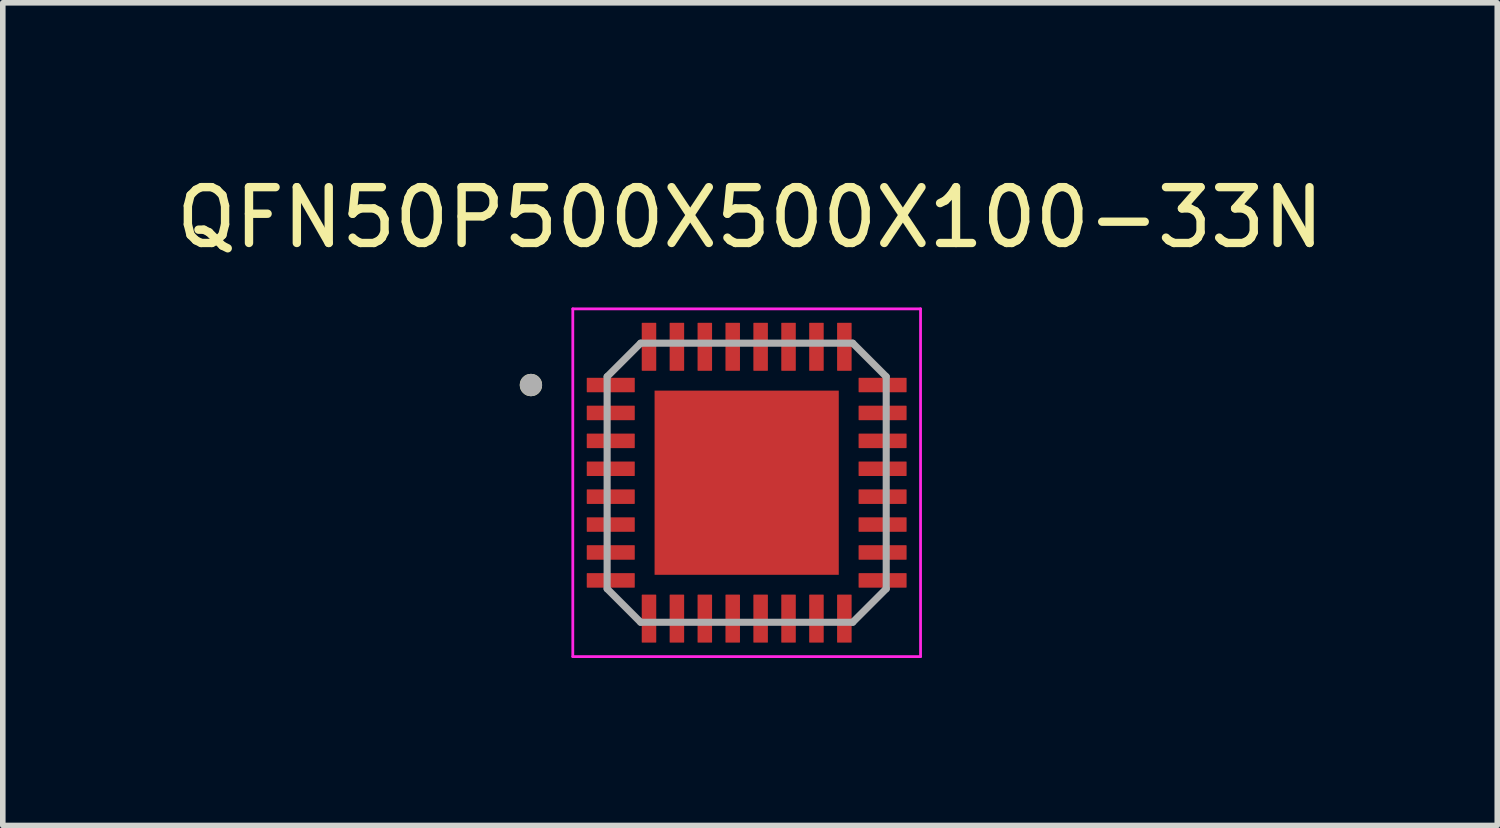
<source format=kicad_pcb>
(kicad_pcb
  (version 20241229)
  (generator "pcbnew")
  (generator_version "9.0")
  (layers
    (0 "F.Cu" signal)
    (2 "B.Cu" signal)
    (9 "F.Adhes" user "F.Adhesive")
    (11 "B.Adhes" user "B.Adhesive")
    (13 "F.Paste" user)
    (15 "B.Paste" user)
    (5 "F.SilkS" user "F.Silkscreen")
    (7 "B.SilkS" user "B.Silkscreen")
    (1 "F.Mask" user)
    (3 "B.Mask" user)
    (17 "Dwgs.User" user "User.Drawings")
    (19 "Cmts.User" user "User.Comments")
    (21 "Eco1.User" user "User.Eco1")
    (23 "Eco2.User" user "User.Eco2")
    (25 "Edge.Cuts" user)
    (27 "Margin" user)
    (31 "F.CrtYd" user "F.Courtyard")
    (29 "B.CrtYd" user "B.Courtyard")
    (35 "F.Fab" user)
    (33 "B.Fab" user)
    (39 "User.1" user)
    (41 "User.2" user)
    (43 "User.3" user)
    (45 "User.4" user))
  (footprint "QFN50P500X500X100-33N"
    (layer "F.Cu")
    (at 10.327 5.598)
    (property "Reference" "QFN50P500X500X100-33N" (at 0.06 -4.75 0) (layer "F.SilkS") (effects (font (size 1 1) (thickness 0.15))))
    (attr smd)
    (fp_circle (center -3.865 -1.75) (end -3.765 -1.75) (stroke (width 0.2) (type solid)) (fill no) (layer "F.SilkS"))
    (fp_poly (pts (xy -1.044 -1.044) (xy 1.044 -1.044) (xy 1.044 1.044) (xy -1.044 1.044)) (stroke (width 0.01) (type solid)) (fill yes) (layer "F.Paste"))
    (fp_line (start -3.115 -3.115) (end -3.115 3.115) (stroke (width 0.05) (type solid)) (layer "F.CrtYd"))
    (fp_line (start -3.115 3.115) (end 3.115 3.115) (stroke (width 0.05) (type solid)) (layer "F.CrtYd"))
    (fp_line (start 3.115 -3.115) (end -3.115 -3.115) (stroke (width 0.05) (type solid)) (layer "F.CrtYd"))
    (fp_line (start 3.115 3.115) (end 3.115 -3.115) (stroke (width 0.05) (type solid)) (layer "F.CrtYd"))
    (fp_line (start -2.5 -1.9) (end -1.9 -2.5) (stroke (width 0.127) (type solid)) (layer "F.Fab"))
    (fp_line (start -2.5 1.9) (end -2.5 -1.9) (stroke (width 0.127) (type solid)) (layer "F.Fab"))
    (fp_line (start -1.9 -2.5) (end 1.9 -2.5) (stroke (width 0.127) (type solid)) (layer "F.Fab"))
    (fp_line (start -1.9 2.5) (end -2.5 1.9) (stroke (width 0.127) (type solid)) (layer "F.Fab"))
    (fp_line (start 1.9 -2.5) (end 2.5 -1.9) (stroke (width 0.127) (type solid)) (layer "F.Fab"))
    (fp_line (start 1.9 2.5) (end -1.9 2.5) (stroke (width 0.127) (type solid)) (layer "F.Fab"))
    (fp_line (start 2.5 -1.9) (end 2.5 1.9) (stroke (width 0.127) (type solid)) (layer "F.Fab"))
    (fp_line (start 2.5 1.9) (end 1.9 2.5) (stroke (width 0.127) (type solid)) (layer "F.Fab"))
    (fp_circle (center -3.865 -1.75) (end -3.765 -1.75) (stroke (width 0.2) (type solid)) (fill no) (layer "F.Fab"))
    (pad "1" smd roundrect (at -2.435 -1.75) (size 0.86 0.26) (layers "F.Cu" "F.Mask" "F.Paste") (roundrect_rratio 0.035))
    (pad "2" smd roundrect (at -2.435 -1.25) (size 0.86 0.26) (layers "F.Cu" "F.Mask" "F.Paste") (roundrect_rratio 0.035))
    (pad "3" smd roundrect (at -2.435 -0.75) (size 0.86 0.26) (layers "F.Cu" "F.Mask" "F.Paste") (roundrect_rratio 0.035))
    (pad "4" smd roundrect (at -2.435 -0.25) (size 0.86 0.26) (layers "F.Cu" "F.Mask" "F.Paste") (roundrect_rratio 0.035))
    (pad "5" smd roundrect (at -2.435 0.25) (size 0.86 0.26) (layers "F.Cu" "F.Mask" "F.Paste") (roundrect_rratio 0.035))
    (pad "6" smd roundrect (at -2.435 0.75) (size 0.86 0.26) (layers "F.Cu" "F.Mask" "F.Paste") (roundrect_rratio 0.035))
    (pad "7" smd roundrect (at -2.435 1.25) (size 0.86 0.26) (layers "F.Cu" "F.Mask" "F.Paste") (roundrect_rratio 0.035))
    (pad "8" smd roundrect (at -2.435 1.75) (size 0.86 0.26) (layers "F.Cu" "F.Mask" "F.Paste") (roundrect_rratio 0.035))
    (pad "9" smd roundrect (at -1.75 2.435) (size 0.26 0.86) (layers "F.Cu" "F.Mask" "F.Paste") (roundrect_rratio 0.035))
    (pad "10" smd roundrect (at -1.25 2.435) (size 0.26 0.86) (layers "F.Cu" "F.Mask" "F.Paste") (roundrect_rratio 0.035))
    (pad "11" smd roundrect (at -0.75 2.435) (size 0.26 0.86) (layers "F.Cu" "F.Mask" "F.Paste") (roundrect_rratio 0.035))
    (pad "12" smd roundrect (at -0.25 2.435) (size 0.26 0.86) (layers "F.Cu" "F.Mask" "F.Paste") (roundrect_rratio 0.035))
    (pad "13" smd roundrect (at 0.25 2.435) (size 0.26 0.86) (layers "F.Cu" "F.Mask" "F.Paste") (roundrect_rratio 0.035))
    (pad "14" smd roundrect (at 0.75 2.435) (size 0.26 0.86) (layers "F.Cu" "F.Mask" "F.Paste") (roundrect_rratio 0.035))
    (pad "15" smd roundrect (at 1.25 2.435) (size 0.26 0.86) (layers "F.Cu" "F.Mask" "F.Paste") (roundrect_rratio 0.035))
    (pad "16" smd roundrect (at 1.75 2.435) (size 0.26 0.86) (layers "F.Cu" "F.Mask" "F.Paste") (roundrect_rratio 0.035))
    (pad "17" smd roundrect (at 2.435 1.75) (size 0.86 0.26) (layers "F.Cu" "F.Mask" "F.Paste") (roundrect_rratio 0.035))
    (pad "18" smd roundrect (at 2.435 1.25) (size 0.86 0.26) (layers "F.Cu" "F.Mask" "F.Paste") (roundrect_rratio 0.035))
    (pad "19" smd roundrect (at 2.435 0.75) (size 0.86 0.26) (layers "F.Cu" "F.Mask" "F.Paste") (roundrect_rratio 0.035))
    (pad "20" smd roundrect (at 2.435 0.25) (size 0.86 0.26) (layers "F.Cu" "F.Mask" "F.Paste") (roundrect_rratio 0.035))
    (pad "21" smd roundrect (at 2.435 -0.25) (size 0.86 0.26) (layers "F.Cu" "F.Mask" "F.Paste") (roundrect_rratio 0.035))
    (pad "22" smd roundrect (at 2.435 -0.75) (size 0.86 0.26) (layers "F.Cu" "F.Mask" "F.Paste") (roundrect_rratio 0.035))
    (pad "23" smd roundrect (at 2.435 -1.25) (size 0.86 0.26) (layers "F.Cu" "F.Mask" "F.Paste") (roundrect_rratio 0.035))
    (pad "24" smd roundrect (at 2.435 -1.75) (size 0.86 0.26) (layers "F.Cu" "F.Mask" "F.Paste") (roundrect_rratio 0.035))
    (pad "25" smd roundrect (at 1.75 -2.435) (size 0.26 0.86) (layers "F.Cu" "F.Mask" "F.Paste") (roundrect_rratio 0.035))
    (pad "26" smd roundrect (at 1.25 -2.435) (size 0.26 0.86) (layers "F.Cu" "F.Mask" "F.Paste") (roundrect_rratio 0.035))
    (pad "27" smd roundrect (at 0.75 -2.435) (size 0.26 0.86) (layers "F.Cu" "F.Mask" "F.Paste") (roundrect_rratio 0.035))
    (pad "28" smd roundrect (at 0.25 -2.435) (size 0.26 0.86) (layers "F.Cu" "F.Mask" "F.Paste") (roundrect_rratio 0.035))
    (pad "29" smd roundrect (at -0.25 -2.435) (size 0.26 0.86) (layers "F.Cu" "F.Mask" "F.Paste") (roundrect_rratio 0.035))
    (pad "30" smd roundrect (at -0.75 -2.435) (size 0.26 0.86) (layers "F.Cu" "F.Mask" "F.Paste") (roundrect_rratio 0.035))
    (pad "31" smd roundrect (at -1.25 -2.435) (size 0.26 0.86) (layers "F.Cu" "F.Mask" "F.Paste") (roundrect_rratio 0.035))
    (pad "32" smd roundrect (at -1.75 -2.435) (size 0.26 0.86) (layers "F.Cu" "F.Mask" "F.Paste") (roundrect_rratio 0.035))
    (pad "33" smd rect (at 0 0) (size 3.3 3.3) (layers "F.Cu" "F.Mask")))
  (gr_rect
    (start -3 -3)
    (end 23.774 11.738)
    (stroke (width 0.1) (type default))
    (fill no)
    (layer "Edge.Cuts")))
</source>
